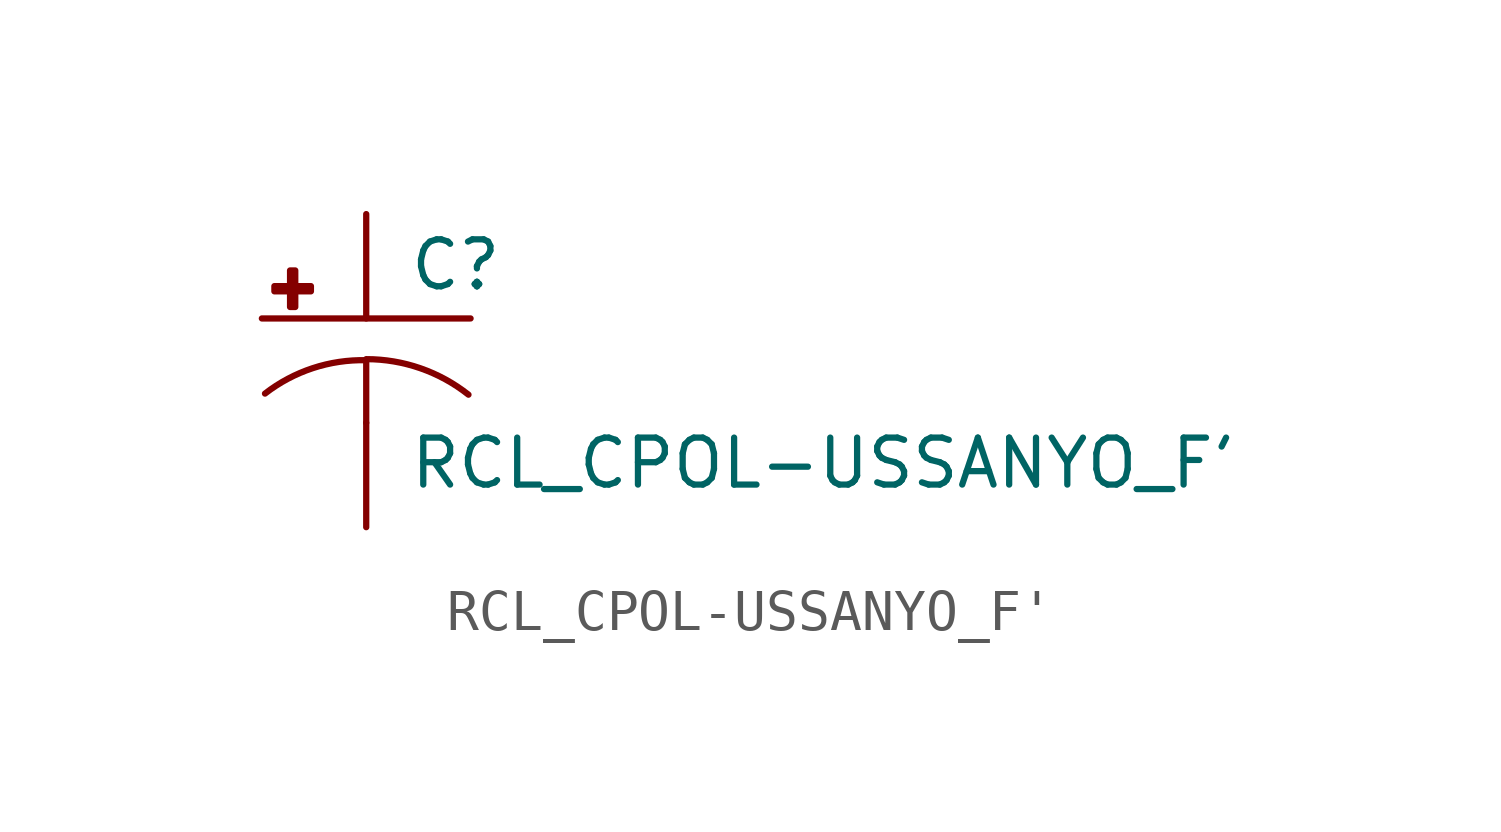
<source format=kicad_sym>
(kicad_symbol_lib
  (version 20210619)
  (generator kicad_symbol_editor)
  (symbol "RCL_CPOL-USSANYO_F'"
    (pin_numbers hide)
    (pin_names
      (offset 1.016) hide)
    (property "Reference" "C"
      (at 1.016 0.635 0)
      (effects (font (size 1.143 1.143)) (justify left bottom)))
    (property "Value" "RCL_CPOL-USSANYO_F'"
      (at 1.016 -4.191 0)
      (effects (font (size 1.143 1.143)) (justify left bottom)))
    (property "ki_locked" ""
      (at 0 0 0)
      (effects (font (size 1.27 1.27))))
    (symbol "RCL_CPOL-USSANYO_F'_1_0"
      (polyline (pts (xy -2.54 0) (xy 2.54 0)) (stroke (width 0)) (fill (type none)))
      (polyline (pts (xy 0 -1.016) (xy 0 -2.54)) (stroke (width 0)) (fill (type none)))
      (polyline (pts (xy 0 -1.016) (xy 0 -1.016)) (stroke (width 0)) (fill (type none))))
    (symbol "RCL_CPOL-USSANYO_F'_1_1"
      (arc (start 0 -1.016) (end -2.4638 -1.8288) (radius (at 0 -5.0546) (length 4.0386) (angles 90.1 127.3)) (stroke (width 0)) (fill (type none)))
      (arc (start 2.4892 -1.8542) (end 0 -0.9906) (radius (at 0 -5.0292) (length 4.0386) (angles 52.3 89.9)) (stroke (width 0)) (fill (type none)))
      (rectangle (start -2.235 0.66) (end -1.346 0.787) (stroke (width 0)) (fill (type outline)))
      (rectangle (start -1.854 0.279) (end -1.727 1.168) (stroke (width 0)) (fill (type outline)))
      (pin passive line (at 0 2.54 270) (length 2.54) (name "+" (effects (font (size 1.016 1.016)))) (number "+" (effects (font (size 1.016 1.016)))))
      (pin passive line (at 0 -5.08 90) (length 2.54) (name "-" (effects (font (size 1.016 1.016)))) (number "-" (effects (font (size 1.016 1.016))))))))
</source>
